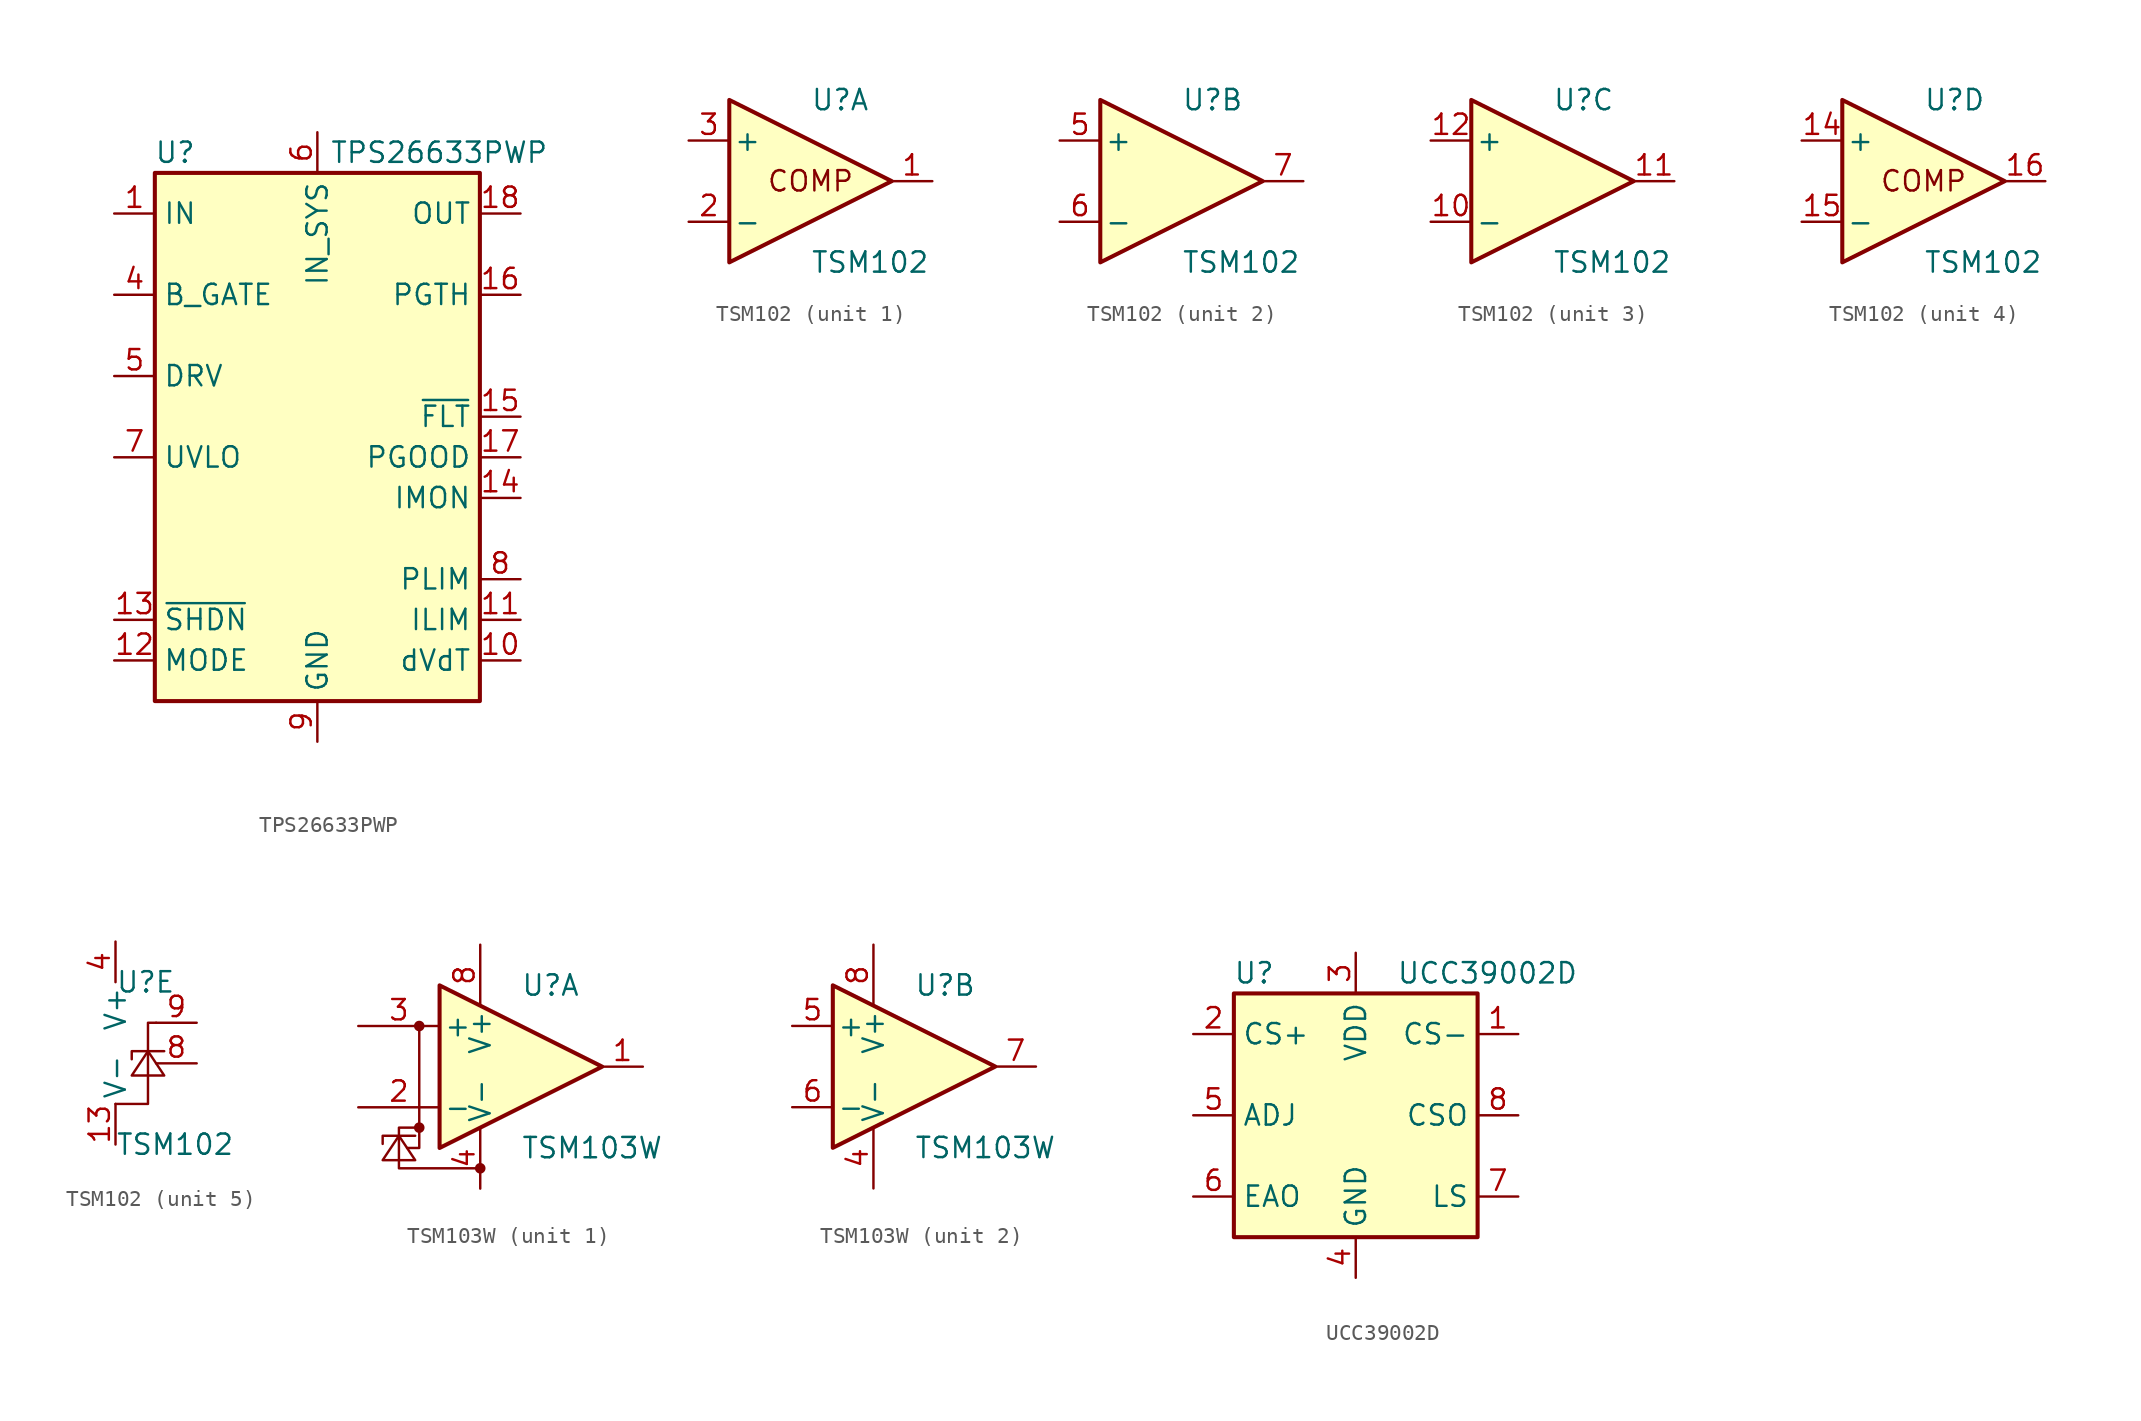
<source format=kicad_sym>
(kicad_symbol_lib
  (version 20201005)
  (generator kicad_symbol_editor)
  (symbol "Power_Management:TPS26633PWP"
    (property "Reference" "U"
      (at -8.89 16.51 0)
      (effects (font (size 1.27 1.27))))
    (property "Value" "TPS26633PWP"
      (at 7.62 16.51 0)
      (effects (font (size 1.27 1.27))))
    (symbol "TPS26633PWP_0_1"
      (rectangle (start -10.16 15.24) (end 10.16 -17.78) (stroke (width 0.254)) (fill (type background))))
    (symbol "TPS26633PWP_1_1"
      (pin power_in line (at -12.7 12.7 0) (length 2.54) (name "IN" (effects (font (size 1.27 1.27)))) (number "1" (effects (font (size 1.27 1.27)))))
      (pin passive line (at 12.7 -15.24 180) (length 2.54) (name "dVdT" (effects (font (size 1.27 1.27)))) (number "10" (effects (font (size 1.27 1.27)))))
      (pin passive line (at 12.7 -12.7 180) (length 2.54) (name "ILIM" (effects (font (size 1.27 1.27)))) (number "11" (effects (font (size 1.27 1.27)))))
      (pin input line (at -12.7 -15.24 0) (length 2.54) (name "MODE" (effects (font (size 1.27 1.27)))) (number "12" (effects (font (size 1.27 1.27)))))
      (pin input line (at -12.7 -12.7 0) (length 2.54) (name "~SHDN" (effects (font (size 1.27 1.27)))) (number "13" (effects (font (size 1.27 1.27)))))
      (pin output line (at 12.7 -5.08 180) (length 2.54) (name "IMON" (effects (font (size 1.27 1.27)))) (number "14" (effects (font (size 1.27 1.27)))))
      (pin open_collector line (at 12.7 0 180) (length 2.54) (name "~FLT" (effects (font (size 1.27 1.27)))) (number "15" (effects (font (size 1.27 1.27)))))
      (pin input line (at 12.7 7.62 180) (length 2.54) (name "PGTH" (effects (font (size 1.27 1.27)))) (number "16" (effects (font (size 1.27 1.27)))))
      (pin output line (at 12.7 -2.54 180) (length 2.54) (name "PGOOD" (effects (font (size 1.27 1.27)))) (number "17" (effects (font (size 1.27 1.27)))))
      (pin power_out line (at 12.7 12.7 180) (length 2.54) (name "OUT" (effects (font (size 1.27 1.27)))) (number "18" (effects (font (size 1.27 1.27)))))
      (pin passive line (at 12.7 12.7 180) (length 2.54) hide (name "OUT" (effects (font (size 1.27 1.27)))) (number "19" (effects (font (size 1.27 1.27)))))
      (pin passive line (at -12.7 12.7 0) (length 2.54) hide (name "IN" (effects (font (size 1.27 1.27)))) (number "2" (effects (font (size 1.27 1.27)))))
      (pin passive line (at 12.7 12.7 180) (length 2.54) hide (name "OUT" (effects (font (size 1.27 1.27)))) (number "20" (effects (font (size 1.27 1.27)))))
      (pin passive line (at 0 -20.32 90) (length 2.54) hide (name "GND" (effects (font (size 1.27 1.27)))) (number "21" (effects (font (size 1.27 1.27)))))
      (pin passive line (at -12.7 12.7 0) (length 2.54) hide (name "IN" (effects (font (size 1.27 1.27)))) (number "3" (effects (font (size 1.27 1.27)))))
      (pin output line (at -12.7 7.62 0) (length 2.54) (name "B_GATE" (effects (font (size 1.27 1.27)))) (number "4" (effects (font (size 1.27 1.27)))))
      (pin output line (at -12.7 2.54 0) (length 2.54) (name "DRV" (effects (font (size 1.27 1.27)))) (number "5" (effects (font (size 1.27 1.27)))))
      (pin power_in line (at 0 17.78 270) (length 2.54) (name "IN_SYS" (effects (font (size 1.27 1.27)))) (number "6" (effects (font (size 1.27 1.27)))))
      (pin input line (at -12.7 -2.54 0) (length 2.54) (name "UVLO" (effects (font (size 1.27 1.27)))) (number "7" (effects (font (size 1.27 1.27)))))
      (pin passive line (at 12.7 -10.16 180) (length 2.54) (name "PLIM" (effects (font (size 1.27 1.27)))) (number "8" (effects (font (size 1.27 1.27)))))
      (pin power_in line (at 0 -20.32 90) (length 2.54) (name "GND" (effects (font (size 1.27 1.27)))) (number "9" (effects (font (size 1.27 1.27)))))))
  (symbol "Power_Management:TSM102"
    (pin_names
      (offset 0.254))
    (property "Reference" "U"
      (at 0 5.08 0)
      (effects (font (size 1.27 1.27)) (justify left)))
    (property "Value" "TSM102"
      (at 0 -5.08 0)
      (effects (font (size 1.27 1.27)) (justify left)))
    (symbol "TSM102_1_0"
      (text "COMP" (at 0 0 0) (effects (font (size 1.27 1.27)))))
    (symbol "TSM102_1_1"
      (polyline (pts (xy -5.08 5.08) (xy 5.08 0) (xy -5.08 -5.08) (xy -5.08 5.08)) (stroke (width 0.254)) (fill (type background)))
      (pin output line (at 7.62 0 180) (length 2.54) (name "~" (effects (font (size 1.27 1.27)))) (number "1" (effects (font (size 1.27 1.27)))))
      (pin input line (at -7.62 -2.54 0) (length 2.54) (name "-" (effects (font (size 1.27 1.27)))) (number "2" (effects (font (size 1.27 1.27)))))
      (pin input line (at -7.62 2.54 0) (length 2.54) (name "+" (effects (font (size 1.27 1.27)))) (number "3" (effects (font (size 1.27 1.27))))))
    (symbol "TSM102_2_1"
      (polyline (pts (xy -5.08 5.08) (xy 5.08 0) (xy -5.08 -5.08) (xy -5.08 5.08)) (stroke (width 0.254)) (fill (type background)))
      (pin input line (at -7.62 2.54 0) (length 2.54) (name "+" (effects (font (size 1.27 1.27)))) (number "5" (effects (font (size 1.27 1.27)))))
      (pin input line (at -7.62 -2.54 0) (length 2.54) (name "-" (effects (font (size 1.27 1.27)))) (number "6" (effects (font (size 1.27 1.27)))))
      (pin output line (at 7.62 0 180) (length 2.54) (name "~" (effects (font (size 1.27 1.27)))) (number "7" (effects (font (size 1.27 1.27))))))
    (symbol "TSM102_3_1"
      (polyline (pts (xy -5.08 5.08) (xy 5.08 0) (xy -5.08 -5.08) (xy -5.08 5.08)) (stroke (width 0.254)) (fill (type background)))
      (pin input line (at -7.62 -2.54 0) (length 2.54) (name "-" (effects (font (size 1.27 1.27)))) (number "10" (effects (font (size 1.27 1.27)))))
      (pin output line (at 7.62 0 180) (length 2.54) (name "~" (effects (font (size 1.27 1.27)))) (number "11" (effects (font (size 1.27 1.27)))))
      (pin input line (at -7.62 2.54 0) (length 2.54) (name "+" (effects (font (size 1.27 1.27)))) (number "12" (effects (font (size 1.27 1.27))))))
    (symbol "TSM102_4_0"
      (text "COMP" (at 0 0 0) (effects (font (size 1.27 1.27)))))
    (symbol "TSM102_4_1"
      (polyline (pts (xy -5.08 5.08) (xy 5.08 0) (xy -5.08 -5.08) (xy -5.08 5.08)) (stroke (width 0.254)) (fill (type background)))
      (pin input line (at -7.62 2.54 0) (length 2.54) (name "+" (effects (font (size 1.27 1.27)))) (number "14" (effects (font (size 1.27 1.27)))))
      (pin input line (at -7.62 -2.54 0) (length 2.54) (name "-" (effects (font (size 1.27 1.27)))) (number "15" (effects (font (size 1.27 1.27)))))
      (pin output line (at 7.62 0 180) (length 2.54) (name "~" (effects (font (size 1.27 1.27)))) (number "16" (effects (font (size 1.27 1.27))))))
    (symbol "TSM102_5_1"
      (polyline (pts (xy 1.016 0.254) (xy 1.016 0.762) (xy 3.048 0.762)) (stroke (width 0)) (fill (type none)))
      (polyline (pts (xy 0 -2.54) (xy 2.032 -2.54) (xy 2.032 2.54) (xy 2.54 2.54)) (stroke (width 0)) (fill (type none)))
      (polyline (pts (xy 1.016 -0.762) (xy 2.032 0.762) (xy 3.048 -0.762) (xy 1.016 -0.762)) (stroke (width 0)) (fill (type none)))
      (pin power_in line (at 0 -5.08 90) (length 2.54) (name "V-" (effects (font (size 1.27 1.27)))) (number "13" (effects (font (size 1.27 1.27)))))
      (pin power_in line (at 0 7.62 270) (length 2.54) (name "V+" (effects (font (size 1.27 1.27)))) (number "4" (effects (font (size 1.27 1.27)))))
      (pin passive line (at 5.08 0 180) (length 2.54) (name "~" (effects (font (size 1.27 1.27)))) (number "8" (effects (font (size 1.27 1.27)))))
      (pin passive line (at 5.08 2.54 180) (length 2.54) (name "~" (effects (font (size 1.27 1.27)))) (number "9" (effects (font (size 1.27 1.27)))))))
  (symbol "Power_Management:TSM103W"
    (pin_names
      (offset 0.254))
    (property "Reference" "U"
      (at 0 5.08 0)
      (effects (font (size 1.27 1.27)) (justify left)))
    (property "Value" "TSM103W"
      (at 0 -5.08 0)
      (effects (font (size 1.27 1.27)) (justify left)))
    (symbol "TSM103W_0_1"
      (polyline (pts (xy -5.08 5.08) (xy 5.08 0) (xy -5.08 -5.08) (xy -5.08 5.08)) (stroke (width 0.254)) (fill (type background)))
      (pin power_in line (at -2.54 -7.62 90) (length 3.81) (name "V-" (effects (font (size 1.27 1.27)))) (number "4" (effects (font (size 1.27 1.27)))))
      (pin power_in line (at -2.54 7.62 270) (length 3.81) (name "V+" (effects (font (size 1.27 1.27)))) (number "8" (effects (font (size 1.27 1.27))))))
    (symbol "TSM103W_1_1"
      (circle (center -6.35 -3.81) (radius 0.254) (stroke (width 0)) (fill (type outline)))
      (circle (center -6.35 2.54) (radius 0.254) (stroke (width 0)) (fill (type outline)))
      (circle (center -2.54 -6.35) (radius 0.254) (stroke (width 0)) (fill (type outline)))
      (polyline (pts (xy -8.636 -4.826) (xy -8.636 -4.318) (xy -6.604 -4.318)) (stroke (width 0)) (fill (type none)))
      (polyline (pts (xy -7.112 -5.08) (xy -6.35 -5.08) (xy -6.35 2.54)) (stroke (width 0)) (fill (type none)))
      (polyline (pts (xy -8.636 -5.842) (xy -7.62 -4.318) (xy -6.604 -5.842) (xy -8.636 -5.842)) (stroke (width 0)) (fill (type none)))
      (polyline (pts (xy -6.35 -3.81) (xy -7.62 -3.81) (xy -7.62 -6.35) (xy -2.54 -6.35)) (stroke (width 0)) (fill (type none)))
      (pin output line (at 7.62 0 180) (length 2.54) (name "~" (effects (font (size 1.27 1.27)))) (number "1" (effects (font (size 1.27 1.27)))))
      (pin input line (at -10.16 -2.54 0) (length 5.08) (name "-" (effects (font (size 1.27 1.27)))) (number "2" (effects (font (size 1.27 1.27)))))
      (pin input line (at -10.16 2.54 0) (length 5.08) (name "+" (effects (font (size 1.27 1.27)))) (number "3" (effects (font (size 1.27 1.27))))))
    (symbol "TSM103W_2_1"
      (pin input line (at -7.62 2.54 0) (length 2.54) (name "+" (effects (font (size 1.27 1.27)))) (number "5" (effects (font (size 1.27 1.27)))))
      (pin input line (at -7.62 -2.54 0) (length 2.54) (name "-" (effects (font (size 1.27 1.27)))) (number "6" (effects (font (size 1.27 1.27)))))
      (pin output line (at 7.62 0 180) (length 2.54) (name "~" (effects (font (size 1.27 1.27)))) (number "7" (effects (font (size 1.27 1.27)))))))
  (symbol "Power_Management:UCC39002D"
    (property "Reference" "U"
      (at -6.35 8.89 0)
      (effects (font (size 1.27 1.27))))
    (property "Value" "UCC39002D"
      (at 2.54 8.89 0)
      (effects (font (size 1.27 1.27)) (justify left)))
    (symbol "UCC39002D_0_1"
      (rectangle (start -7.62 7.62) (end 7.62 -7.62) (stroke (width 0.254)) (fill (type background))))
    (symbol "UCC39002D_1_1"
      (pin input line (at 10.16 5.08 180) (length 2.54) (name "CS-" (effects (font (size 1.27 1.27)))) (number "1" (effects (font (size 1.27 1.27)))))
      (pin input line (at -10.16 5.08 0) (length 2.54) (name "CS+" (effects (font (size 1.27 1.27)))) (number "2" (effects (font (size 1.27 1.27)))))
      (pin power_in line (at 0 10.16 270) (length 2.54) (name "VDD" (effects (font (size 1.27 1.27)))) (number "3" (effects (font (size 1.27 1.27)))))
      (pin power_in line (at 0 -10.16 90) (length 2.54) (name "GND" (effects (font (size 1.27 1.27)))) (number "4" (effects (font (size 1.27 1.27)))))
      (pin open_collector line (at -10.16 0 0) (length 2.54) (name "ADJ" (effects (font (size 1.27 1.27)))) (number "5" (effects (font (size 1.27 1.27)))))
      (pin passive line (at -10.16 -5.08 0) (length 2.54) (name "EAO" (effects (font (size 1.27 1.27)))) (number "6" (effects (font (size 1.27 1.27)))))
      (pin passive line (at 10.16 -5.08 180) (length 2.54) (name "LS" (effects (font (size 1.27 1.27)))) (number "7" (effects (font (size 1.27 1.27)))))
      (pin output line (at 10.16 0 180) (length 2.54) (name "CSO" (effects (font (size 1.27 1.27)))) (number "8" (effects (font (size 1.27 1.27))))))))
</source>
